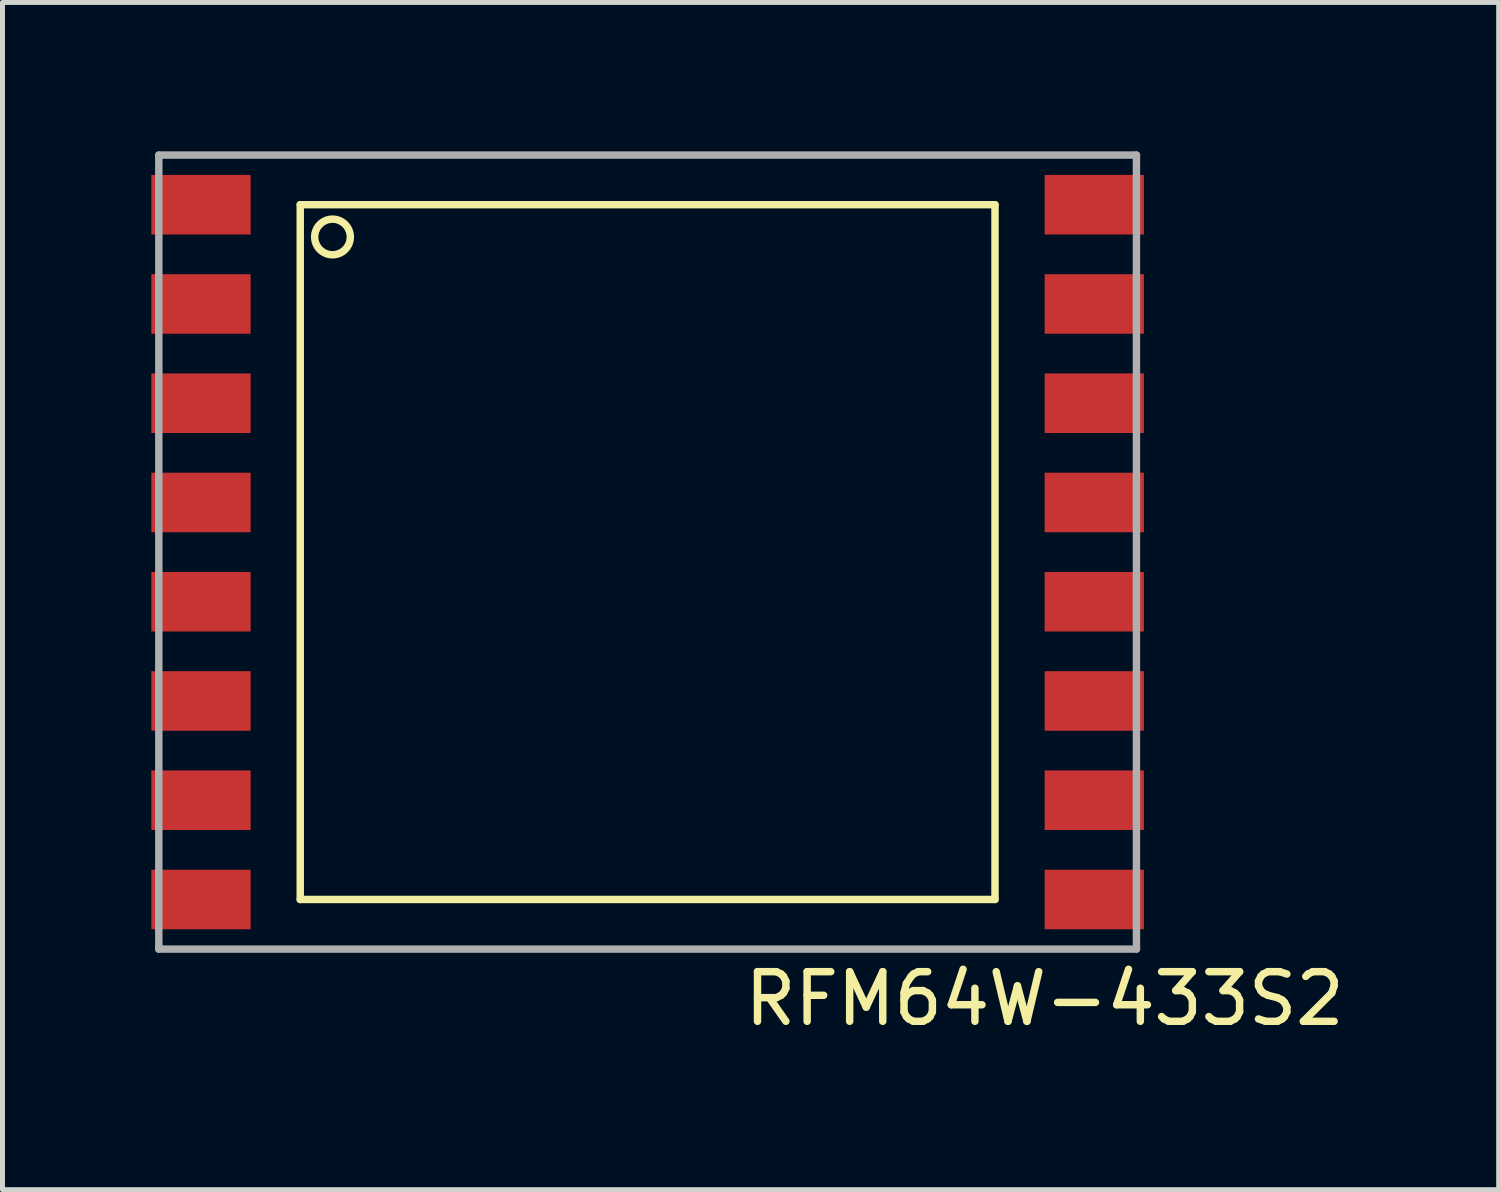
<source format=kicad_pcb>
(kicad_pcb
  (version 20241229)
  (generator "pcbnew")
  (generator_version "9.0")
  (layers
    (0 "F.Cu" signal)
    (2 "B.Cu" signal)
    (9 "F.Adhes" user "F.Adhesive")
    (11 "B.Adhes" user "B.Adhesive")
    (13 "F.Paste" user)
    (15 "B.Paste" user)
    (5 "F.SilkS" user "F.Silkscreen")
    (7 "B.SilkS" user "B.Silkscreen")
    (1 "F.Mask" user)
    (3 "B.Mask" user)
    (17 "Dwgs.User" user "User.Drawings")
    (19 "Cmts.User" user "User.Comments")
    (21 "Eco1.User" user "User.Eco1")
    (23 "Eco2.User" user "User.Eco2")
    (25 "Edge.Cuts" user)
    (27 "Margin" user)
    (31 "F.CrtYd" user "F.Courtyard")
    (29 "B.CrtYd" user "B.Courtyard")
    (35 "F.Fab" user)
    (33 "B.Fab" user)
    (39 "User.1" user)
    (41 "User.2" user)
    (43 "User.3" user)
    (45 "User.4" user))
  (footprint "RFM64W-433S2"
    (layer "F.Cu")
    (at 10 8.075)
    (property "Reference" "RFM64W-433S2" (at 8 9 0) (layer "F.SilkS") (effects (font (size 1 1) (thickness 0.15))))
    (attr through_hole)
    (fp_line (start -7 -7) (end 7 -7) (stroke (width 0.15) (type solid)) (layer "F.SilkS"))
    (fp_line (start -7 7) (end -7 -7) (stroke (width 0.15) (type solid)) (layer "F.SilkS"))
    (fp_line (start 7 -7) (end 7 7) (stroke (width 0.15) (type solid)) (layer "F.SilkS"))
    (fp_line (start 7 7) (end -7 7) (stroke (width 0.15) (type solid)) (layer "F.SilkS"))
    (fp_circle (center -6.35 -6.35) (end -6.096 -6.604) (stroke (width 0.15) (type solid)) (fill no) (layer "F.SilkS"))
    (fp_line (start -9.85 -8) (end 9.85 -8) (stroke (width 0.15) (type solid)) (layer "F.Fab"))
    (fp_line (start -9.85 8) (end -9.85 -8) (stroke (width 0.15) (type solid)) (layer "F.Fab"))
    (fp_line (start 9.85 -8) (end 9.85 8) (stroke (width 0.15) (type solid)) (layer "F.Fab"))
    (fp_line (start 9.85 8) (end -9.85 8) (stroke (width 0.15) (type solid)) (layer "F.Fab"))
    (pad "1" smd rect (at -9 -7) (size 2 1.2) (layers "F.Cu" "F.Mask" "F.Paste"))
    (pad "2" smd rect (at -9 -5) (size 2 1.2) (layers "F.Cu" "F.Mask" "F.Paste"))
    (pad "3" smd rect (at -9 -3) (size 2 1.2) (layers "F.Cu" "F.Mask" "F.Paste"))
    (pad "4" smd rect (at -9 -1) (size 2 1.2) (layers "F.Cu" "F.Mask" "F.Paste"))
    (pad "5" smd rect (at -9 1) (size 2 1.2) (layers "F.Cu" "F.Mask" "F.Paste"))
    (pad "6" smd rect (at -9 3) (size 2 1.2) (layers "F.Cu" "F.Mask" "F.Paste"))
    (pad "7" smd rect (at -9 5) (size 2 1.2) (layers "F.Cu" "F.Mask" "F.Paste"))
    (pad "8" smd rect (at -9 7) (size 2 1.2) (layers "F.Cu" "F.Mask" "F.Paste"))
    (pad "9" smd rect (at 9 7) (size 2 1.2) (layers "F.Cu" "F.Mask" "F.Paste"))
    (pad "10" smd rect (at 9 5) (size 2 1.2) (layers "F.Cu" "F.Mask" "F.Paste"))
    (pad "11" smd rect (at 9 3) (size 2 1.2) (layers "F.Cu" "F.Mask" "F.Paste"))
    (pad "12" smd rect (at 9 1) (size 2 1.2) (layers "F.Cu" "F.Mask" "F.Paste"))
    (pad "13" smd rect (at 9 -1) (size 2 1.2) (layers "F.Cu" "F.Mask" "F.Paste"))
    (pad "14" smd rect (at 9 -3) (size 2 1.2) (layers "F.Cu" "F.Mask" "F.Paste"))
    (pad "15" smd rect (at 9 -5) (size 2 1.2) (layers "F.Cu" "F.Mask" "F.Paste"))
    (pad "16" smd rect (at 9 -7) (size 2 1.2) (layers "F.Cu" "F.Mask" "F.Paste")))
  (gr_rect
    (start -3 -3)
    (end 27.149 20.923)
    (stroke (width 0.1) (type default))
    (fill no)
    (layer "Edge.Cuts")))
</source>
